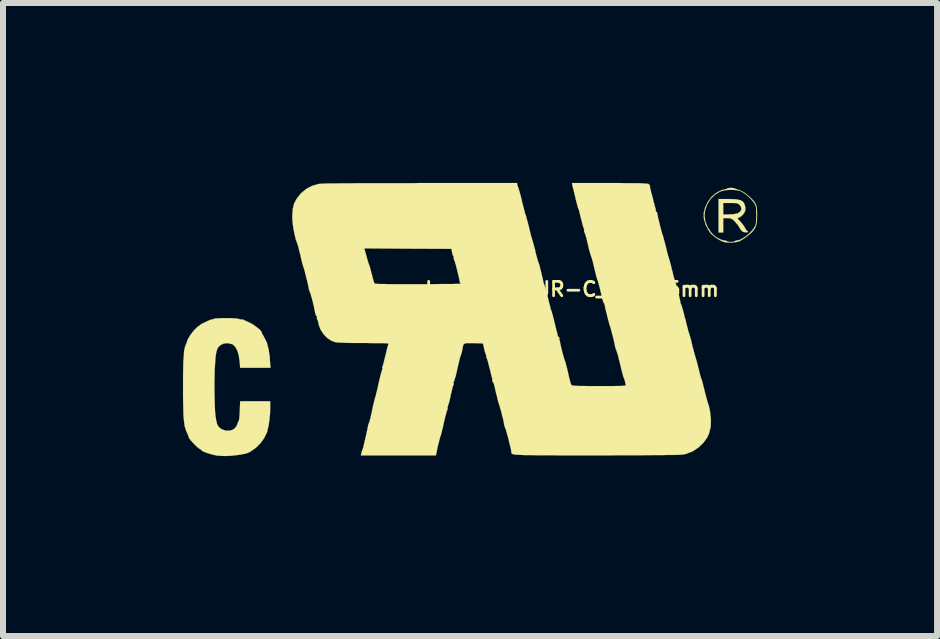
<source format=kicad_pcb>
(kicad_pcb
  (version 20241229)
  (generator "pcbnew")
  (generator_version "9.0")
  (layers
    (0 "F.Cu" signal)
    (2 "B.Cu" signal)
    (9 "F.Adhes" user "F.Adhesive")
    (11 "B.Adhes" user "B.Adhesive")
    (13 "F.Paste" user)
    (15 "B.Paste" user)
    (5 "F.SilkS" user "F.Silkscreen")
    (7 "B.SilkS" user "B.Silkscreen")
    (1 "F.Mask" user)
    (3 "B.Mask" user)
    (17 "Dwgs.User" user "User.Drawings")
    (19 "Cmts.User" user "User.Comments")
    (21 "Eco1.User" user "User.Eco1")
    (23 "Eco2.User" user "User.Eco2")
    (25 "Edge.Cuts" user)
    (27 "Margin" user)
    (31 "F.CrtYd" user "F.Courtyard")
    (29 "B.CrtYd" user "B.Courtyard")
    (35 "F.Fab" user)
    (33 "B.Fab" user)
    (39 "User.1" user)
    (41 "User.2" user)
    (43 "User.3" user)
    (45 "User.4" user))
  (footprint "Logo_silk_UR-C_10x4.5mm"
    (layer "F.Cu")
    (at 4.787 2.272)
    (property "Reference" "Logo_silk_UR-C_10x4.5mm" (at 1.7 -0.5 0) (layer "F.SilkS") (effects (font (size 0.239 0.239) (thickness 0.046))))
    (attr exclude_from_pos_files exclude_from_bom)
    (fp_poly (pts (xy 4.633 -1.46) (xy 4.623 -1.448) (xy 4.597 -1.448) (xy 4.564 -1.453) (xy 4.539 -1.463) (xy 4.531 -1.471) (xy 4.508 -1.499) (xy 4.488 -1.532) (xy 4.468 -1.565) (xy 4.435 -1.603) (xy 4.415 -1.628) (xy 4.381 -1.661) (xy 4.354 -1.676) (xy 4.323 -1.684) (xy 4.29 -1.684) (xy 4.221 -1.684) (xy 4.221 -1.565) (xy 4.221 -1.445) (xy 4.181 -1.445) (xy 4.143 -1.445) (xy 4.143 -1.725) (xy 4.143 -2.004) (xy 4.303 -2.004) (xy 4.392 -2.002) (xy 4.458 -1.996) (xy 4.508 -1.984) (xy 4.542 -1.966) (xy 4.567 -1.938) (xy 4.572 -1.925) (xy 4.592 -1.862) (xy 4.587 -1.803) (xy 4.554 -1.748) (xy 4.524 -1.72) (xy 4.524 -1.834) (xy 4.516 -1.875) (xy 4.496 -1.902) (xy 4.478 -1.92) (xy 4.458 -1.93) (xy 4.432 -1.935) (xy 4.392 -1.938) (xy 4.343 -1.938) (xy 4.221 -1.938) (xy 4.221 -1.841) (xy 4.221 -1.745) (xy 4.326 -1.748) (xy 4.381 -1.75) (xy 4.43 -1.758) (xy 4.46 -1.765) (xy 4.463 -1.765) (xy 4.506 -1.798) (xy 4.524 -1.834) (xy 4.524 -1.72) (xy 4.521 -1.717) (xy 4.491 -1.697) (xy 4.483 -1.694) (xy 4.465 -1.689) (xy 4.463 -1.679) (xy 4.473 -1.664) (xy 4.501 -1.633) (xy 4.506 -1.628) (xy 4.542 -1.587) (xy 4.572 -1.544) (xy 4.585 -1.521) (xy 4.602 -1.491) (xy 4.618 -1.473) (xy 4.62 -1.473) (xy 4.633 -1.463) (xy 4.633 -1.46)) (stroke (width 0.003) (type solid)) (fill yes) (layer "F.SilkS"))
    (fp_poly (pts (xy 4.785 -1.737) (xy 4.783 -1.648) (xy 4.773 -1.575) (xy 4.773 -1.722) (xy 4.773 -1.732) (xy 4.77 -1.798) (xy 4.77 -1.844) (xy 4.765 -1.877) (xy 4.755 -1.905) (xy 4.74 -1.933) (xy 4.737 -1.938) (xy 4.696 -1.989) (xy 4.643 -2.045) (xy 4.582 -2.093) (xy 4.524 -2.131) (xy 4.514 -2.134) (xy 4.46 -2.149) (xy 4.392 -2.156) (xy 4.315 -2.156) (xy 4.242 -2.149) (xy 4.178 -2.131) (xy 4.163 -2.126) (xy 4.079 -2.073) (xy 4.008 -2.002) (xy 3.952 -1.913) (xy 3.917 -1.808) (xy 3.909 -1.72) (xy 3.924 -1.626) (xy 3.962 -1.532) (xy 4.021 -1.445) (xy 4.041 -1.422) (xy 4.082 -1.384) (xy 4.135 -1.351) (xy 4.186 -1.326) (xy 4.232 -1.313) (xy 4.242 -1.313) (xy 4.27 -1.308) (xy 4.282 -1.3) (xy 4.298 -1.293) (xy 4.333 -1.288) (xy 4.348 -1.288) (xy 4.384 -1.29) (xy 4.409 -1.298) (xy 4.415 -1.3) (xy 4.432 -1.311) (xy 4.453 -1.313) (xy 4.496 -1.323) (xy 4.549 -1.351) (xy 4.608 -1.389) (xy 4.663 -1.438) (xy 4.709 -1.488) (xy 4.737 -1.527) (xy 4.752 -1.554) (xy 4.763 -1.582) (xy 4.768 -1.615) (xy 4.77 -1.659) (xy 4.773 -1.722) (xy 4.773 -1.575) (xy 4.75 -1.516) (xy 4.714 -1.466) (xy 4.663 -1.417) (xy 4.59 -1.361) (xy 4.572 -1.349) (xy 4.524 -1.318) (xy 4.486 -1.298) (xy 4.45 -1.288) (xy 4.407 -1.283) (xy 4.381 -1.28) (xy 4.328 -1.28) (xy 4.28 -1.28) (xy 4.249 -1.283) (xy 4.204 -1.298) (xy 4.145 -1.328) (xy 4.087 -1.367) (xy 4.039 -1.407) (xy 4.018 -1.425) (xy 3.97 -1.491) (xy 3.929 -1.57) (xy 3.904 -1.656) (xy 3.896 -1.687) (xy 3.896 -1.773) (xy 3.919 -1.862) (xy 3.96 -1.951) (xy 4.016 -2.029) (xy 4.039 -2.052) (xy 4.089 -2.095) (xy 4.148 -2.131) (xy 4.201 -2.154) (xy 4.244 -2.164) (xy 4.272 -2.169) (xy 4.282 -2.177) (xy 4.3 -2.184) (xy 4.333 -2.189) (xy 4.374 -2.189) (xy 4.407 -2.182) (xy 4.417 -2.177) (xy 4.445 -2.167) (xy 4.486 -2.154) (xy 4.493 -2.151) (xy 4.539 -2.131) (xy 4.592 -2.098) (xy 4.648 -2.052) (xy 4.699 -2.004) (xy 4.74 -1.958) (xy 4.755 -1.933) (xy 4.77 -1.902) (xy 4.778 -1.869) (xy 4.783 -1.826) (xy 4.785 -1.768) (xy 4.785 -1.737)) (stroke (width 0.003) (type solid)) (fill yes) (layer "F.SilkS"))
    (fp_poly (pts (xy -3.327 0.81) (xy -3.581 0.81) (xy -3.833 0.81) (xy -3.843 0.696) (xy -3.856 0.605) (xy -3.879 0.526) (xy -3.912 0.465) (xy -3.952 0.424) (xy -3.975 0.414) (xy -4.044 0.399) (xy -4.107 0.406) (xy -4.163 0.432) (xy -4.204 0.475) (xy -4.214 0.495) (xy -4.229 0.544) (xy -4.242 0.617) (xy -4.249 0.716) (xy -4.257 0.833) (xy -4.26 0.973) (xy -4.262 1.113) (xy -4.26 1.273) (xy -4.257 1.41) (xy -4.252 1.524) (xy -4.244 1.615) (xy -4.232 1.687) (xy -4.219 1.742) (xy -4.201 1.781) (xy -4.188 1.798) (xy -4.138 1.836) (xy -4.074 1.857) (xy -4.008 1.857) (xy -3.967 1.847) (xy -3.932 1.826) (xy -3.901 1.791) (xy -3.881 1.755) (xy -3.876 1.737) (xy -3.868 1.714) (xy -3.863 1.709) (xy -3.856 1.694) (xy -3.848 1.656) (xy -3.843 1.595) (xy -3.84 1.534) (xy -3.833 1.367) (xy -3.581 1.367) (xy -3.332 1.367) (xy -3.332 1.488) (xy -3.335 1.58) (xy -3.345 1.676) (xy -3.358 1.768) (xy -3.376 1.849) (xy -3.388 1.892) (xy -3.432 1.981) (xy -3.495 2.068) (xy -3.571 2.144) (xy -3.658 2.205) (xy -3.678 2.217) (xy -3.729 2.238) (xy -3.802 2.253) (xy -3.889 2.266) (xy -3.98 2.276) (xy -4.072 2.281) (xy -4.158 2.278) (xy -4.229 2.273) (xy -4.247 2.268) (xy -4.31 2.253) (xy -4.369 2.235) (xy -4.422 2.217) (xy -4.46 2.2) (xy -4.478 2.184) (xy -4.478 2.182) (xy -4.496 2.167) (xy -4.506 2.164) (xy -4.521 2.154) (xy -4.549 2.131) (xy -4.585 2.098) (xy -4.62 2.06) (xy -4.653 2.024) (xy -4.676 1.996) (xy -4.686 1.979) (xy -4.691 1.961) (xy -4.704 1.928) (xy -4.709 1.915) (xy -4.724 1.882) (xy -4.732 1.862) (xy -4.735 1.859) (xy -4.74 1.841) (xy -4.742 1.831) (xy -4.755 1.796) (xy -4.763 1.75) (xy -4.77 1.692) (xy -4.778 1.615) (xy -4.78 1.524) (xy -4.783 1.41) (xy -4.785 1.275) (xy -4.785 1.135) (xy -4.785 0.965) (xy -4.783 0.823) (xy -4.78 0.704) (xy -4.773 0.607) (xy -4.768 0.531) (xy -4.757 0.478) (xy -4.747 0.442) (xy -4.742 0.432) (xy -4.735 0.414) (xy -4.732 0.411) (xy -4.709 0.34) (xy -4.666 0.267) (xy -4.61 0.193) (xy -4.547 0.13) (xy -4.481 0.081) (xy -4.458 0.069) (xy -4.392 0.038) (xy -4.343 0.015) (xy -4.313 0.005) (xy -4.308 0.005) (xy -4.285 0) (xy -4.267 -0.008) (xy -4.242 -0.013) (xy -4.196 -0.015) (xy -4.138 -0.018) (xy -4.074 -0.018) (xy -4.006 -0.018) (xy -3.945 -0.015) (xy -3.894 -0.013) (xy -3.858 -0.005) (xy -3.848 -0.003) (xy -3.828 0.005) (xy -3.818 0.003) (xy -3.802 0.003) (xy -3.78 0.008) (xy -3.752 0.023) (xy -3.711 0.041) (xy -3.673 0.058) (xy -3.63 0.081) (xy -3.584 0.112) (xy -3.541 0.145) (xy -3.505 0.175) (xy -3.482 0.201) (xy -3.477 0.213) (xy -3.472 0.229) (xy -3.454 0.262) (xy -3.437 0.292) (xy -3.388 0.389) (xy -3.358 0.505) (xy -3.338 0.643) (xy -3.338 0.673) (xy -3.327 0.81)) (stroke (width 0.003) (type solid)) (fill yes) (layer "F.SilkS"))
    (fp_poly (pts (xy 4.016 1.681) (xy 4.011 1.801) (xy 3.983 1.908) (xy 3.955 1.971) (xy 3.889 2.062) (xy 3.805 2.141) (xy 3.708 2.205) (xy 3.602 2.245) (xy 3.551 2.256) (xy 3.526 2.258) (xy 3.472 2.261) (xy 3.399 2.263) (xy 3.299 2.263) (xy 3.18 2.266) (xy 3.04 2.266) (xy 2.88 2.268) (xy 2.705 2.268) (xy 2.512 2.268) (xy 2.304 2.271) (xy 2.101 2.271) (xy 1.875 2.271) (xy 1.676 2.271) (xy 1.501 2.271) (xy 1.349 2.268) (xy 1.214 2.268) (xy 1.102 2.268) (xy 1.006 2.266) (xy 0.925 2.266) (xy 0.861 2.263) (xy 0.81 2.261) (xy 0.77 2.258) (xy 0.739 2.256) (xy 0.716 2.25) (xy 0.704 2.245) (xy 0.696 2.24) (xy 0.691 2.235) (xy 0.688 2.228) (xy 0.688 2.217) (xy 0.686 2.195) (xy 0.678 2.151) (xy 0.663 2.095) (xy 0.648 2.032) (xy 0.632 1.966) (xy 0.615 1.908) (xy 0.602 1.859) (xy 0.592 1.826) (xy 0.589 1.824) (xy 0.577 1.791) (xy 0.569 1.768) (xy 0.569 1.765) (xy 0.566 1.745) (xy 0.559 1.704) (xy 0.546 1.648) (xy 0.531 1.59) (xy 0.518 1.534) (xy 0.503 1.486) (xy 0.493 1.45) (xy 0.49 1.44) (xy 0.48 1.412) (xy 0.465 1.361) (xy 0.45 1.295) (xy 0.429 1.214) (xy 0.409 1.125) (xy 0.399 1.085) (xy 0.389 1.057) (xy 0.381 1.049) (xy 0.371 1.036) (xy 0.371 1.024) (xy 0.371 0.993) (xy 0.366 0.98) (xy 0.361 0.96) (xy 0.351 0.922) (xy 0.338 0.866) (xy 0.323 0.81) (xy 0.307 0.747) (xy 0.295 0.696) (xy 0.282 0.658) (xy 0.274 0.64) (xy 0.267 0.62) (xy 0.269 0.612) (xy 0.269 0.597) (xy 0.267 0.594) (xy 0.259 0.579) (xy 0.249 0.546) (xy 0.236 0.5) (xy 0.236 0.498) (xy 0.216 0.404) (xy 0.056 0.399) (xy -0.01 0.399) (xy -0.056 0.399) (xy -0.086 0.404) (xy -0.104 0.417) (xy -0.117 0.442) (xy -0.124 0.483) (xy -0.132 0.523) (xy -0.142 0.566) (xy -0.152 0.597) (xy -0.155 0.602) (xy -0.155 -0.592) (xy -0.17 -0.61) (xy -0.17 -0.617) (xy -0.175 -0.643) (xy -0.183 -0.683) (xy -0.196 -0.739) (xy -0.211 -0.8) (xy -0.226 -0.861) (xy -0.241 -0.917) (xy -0.254 -0.96) (xy -0.264 -0.986) (xy -0.267 -0.991) (xy -0.274 -1.016) (xy -0.272 -1.029) (xy -0.272 -1.044) (xy -0.277 -1.046) (xy -0.284 -1.059) (xy -0.295 -1.09) (xy -0.3 -1.11) (xy -0.31 -1.173) (xy -1.036 -1.176) (xy -1.763 -1.181) (xy -1.727 -1.052) (xy -1.712 -0.996) (xy -1.699 -0.953) (xy -1.689 -0.922) (xy -1.687 -0.914) (xy -1.679 -0.899) (xy -1.669 -0.866) (xy -1.661 -0.836) (xy -1.646 -0.777) (xy -1.628 -0.714) (xy -1.623 -0.688) (xy -1.61 -0.645) (xy -1.6 -0.612) (xy -1.598 -0.599) (xy -1.59 -0.597) (xy -1.575 -0.592) (xy -1.542 -0.589) (xy -1.496 -0.587) (xy -1.433 -0.587) (xy -1.351 -0.584) (xy -1.25 -0.584) (xy -1.128 -0.584) (xy -0.98 -0.584) (xy -0.866 -0.584) (xy -0.729 -0.584) (xy -0.602 -0.584) (xy -0.488 -0.587) (xy -0.386 -0.587) (xy -0.3 -0.587) (xy -0.231 -0.589) (xy -0.183 -0.589) (xy -0.157 -0.592) (xy -0.155 -0.592) (xy -0.155 0.602) (xy -0.157 0.61) (xy -0.163 0.625) (xy -0.173 0.66) (xy -0.185 0.714) (xy -0.201 0.777) (xy -0.211 0.823) (xy -0.226 0.892) (xy -0.241 0.955) (xy -0.257 1.001) (xy -0.264 1.031) (xy -0.269 1.036) (xy -0.277 1.054) (xy -0.274 1.064) (xy -0.272 1.09) (xy -0.277 1.095) (xy -0.284 1.113) (xy -0.295 1.151) (xy -0.307 1.204) (xy -0.323 1.265) (xy -0.323 1.273) (xy -0.338 1.339) (xy -0.351 1.392) (xy -0.363 1.43) (xy -0.371 1.45) (xy -0.376 1.473) (xy -0.373 1.481) (xy -0.376 1.506) (xy -0.381 1.516) (xy -0.389 1.534) (xy -0.399 1.575) (xy -0.414 1.628) (xy -0.429 1.694) (xy -0.437 1.725) (xy -0.452 1.796) (xy -0.467 1.857) (xy -0.48 1.908) (xy -0.488 1.938) (xy -0.49 1.946) (xy -0.5 1.968) (xy -0.511 2.012) (xy -0.523 2.065) (xy -0.531 2.09) (xy -0.544 2.146) (xy -0.554 2.197) (xy -0.561 2.233) (xy -0.564 2.24) (xy -0.569 2.271) (xy -1.196 2.271) (xy -1.821 2.271) (xy -1.811 2.228) (xy -1.801 2.192) (xy -1.791 2.172) (xy -1.791 2.169) (xy -1.786 2.154) (xy -1.775 2.113) (xy -1.763 2.06) (xy -1.748 1.994) (xy -1.73 1.92) (xy -1.714 1.844) (xy -1.704 1.791) (xy -1.697 1.758) (xy -1.687 1.732) (xy -1.679 1.714) (xy -1.669 1.676) (xy -1.656 1.623) (xy -1.641 1.557) (xy -1.633 1.519) (xy -1.618 1.448) (xy -1.603 1.384) (xy -1.59 1.333) (xy -1.582 1.3) (xy -1.577 1.293) (xy -1.572 1.273) (xy -1.562 1.229) (xy -1.547 1.171) (xy -1.532 1.102) (xy -1.527 1.074) (xy -1.509 1.003) (xy -1.494 0.94) (xy -1.481 0.892) (xy -1.473 0.859) (xy -1.468 0.851) (xy -1.46 0.826) (xy -1.463 0.813) (xy -1.466 0.798) (xy -1.46 0.79) (xy -1.453 0.772) (xy -1.443 0.734) (xy -1.43 0.681) (xy -1.415 0.617) (xy -1.412 0.61) (xy -1.397 0.546) (xy -1.384 0.49) (xy -1.372 0.45) (xy -1.367 0.429) (xy -1.364 0.429) (xy -1.359 0.411) (xy -1.361 0.406) (xy -1.377 0.404) (xy -1.415 0.401) (xy -1.473 0.399) (xy -1.549 0.399) (xy -1.636 0.399) (xy -1.735 0.396) (xy -1.773 0.396) (xy -1.877 0.396) (xy -1.976 0.396) (xy -2.065 0.394) (xy -2.141 0.391) (xy -2.2 0.389) (xy -2.238 0.384) (xy -2.243 0.384) (xy -2.314 0.358) (xy -2.383 0.312) (xy -2.443 0.249) (xy -2.492 0.175) (xy -2.522 0.097) (xy -2.527 0.069) (xy -2.535 0.033) (xy -2.545 0.01) (xy -2.548 0.005) (xy -2.555 -0.008) (xy -2.553 -0.025) (xy -2.553 -0.046) (xy -2.558 -0.051) (xy -2.57 -0.064) (xy -2.578 -0.091) (xy -2.581 -0.094) (xy -2.591 -0.147) (xy -2.603 -0.208) (xy -2.619 -0.274) (xy -2.634 -0.335) (xy -2.649 -0.386) (xy -2.659 -0.424) (xy -2.667 -0.442) (xy -2.677 -0.465) (xy -2.687 -0.5) (xy -2.687 -0.503) (xy -2.7 -0.566) (xy -2.715 -0.635) (xy -2.733 -0.701) (xy -2.748 -0.765) (xy -2.761 -0.815) (xy -2.771 -0.848) (xy -2.774 -0.856) (xy -2.781 -0.879) (xy -2.794 -0.919) (xy -2.809 -0.978) (xy -2.824 -1.044) (xy -2.827 -1.062) (xy -2.845 -1.13) (xy -2.86 -1.194) (xy -2.875 -1.245) (xy -2.885 -1.278) (xy -2.888 -1.28) (xy -2.908 -1.339) (xy -2.926 -1.415) (xy -2.944 -1.504) (xy -2.957 -1.593) (xy -2.964 -1.676) (xy -2.964 -1.725) (xy -2.957 -1.834) (xy -2.934 -1.928) (xy -2.891 -2.009) (xy -2.827 -2.09) (xy -2.817 -2.101) (xy -2.728 -2.174) (xy -2.631 -2.225) (xy -2.52 -2.256) (xy -2.517 -2.256) (xy -2.492 -2.258) (xy -2.438 -2.261) (xy -2.362 -2.263) (xy -2.261 -2.263) (xy -2.136 -2.266) (xy -1.991 -2.266) (xy -1.824 -2.268) (xy -1.633 -2.268) (xy -1.427 -2.268) (xy -1.199 -2.268) (xy -0.955 -2.268) (xy -0.826 -2.271) (xy 0.782 -2.271) (xy 0.79 -2.233) (xy 0.8 -2.202) (xy 0.808 -2.184) (xy 0.815 -2.159) (xy 0.815 -2.156) (xy 0.823 -2.134) (xy 0.826 -2.123) (xy 0.831 -2.103) (xy 0.843 -2.062) (xy 0.856 -2.009) (xy 0.871 -1.943) (xy 0.874 -1.93) (xy 0.892 -1.864) (xy 0.907 -1.806) (xy 0.919 -1.76) (xy 0.927 -1.735) (xy 0.93 -1.732) (xy 0.937 -1.709) (xy 0.947 -1.666) (xy 0.963 -1.61) (xy 0.98 -1.544) (xy 0.983 -1.532) (xy 0.998 -1.466) (xy 1.013 -1.407) (xy 1.026 -1.361) (xy 1.034 -1.336) (xy 1.034 -1.333) (xy 1.041 -1.311) (xy 1.054 -1.267) (xy 1.069 -1.212) (xy 1.087 -1.146) (xy 1.087 -1.14) (xy 1.102 -1.074) (xy 1.118 -1.019) (xy 1.13 -0.973) (xy 1.14 -0.95) (xy 1.14 -0.947) (xy 1.148 -0.925) (xy 1.161 -0.884) (xy 1.173 -0.831) (xy 1.189 -0.772) (xy 1.201 -0.714) (xy 1.214 -0.665) (xy 1.219 -0.632) (xy 1.222 -0.622) (xy 1.227 -0.602) (xy 1.24 -0.569) (xy 1.24 -0.566) (xy 1.25 -0.536) (xy 1.265 -0.488) (xy 1.28 -0.427) (xy 1.298 -0.358) (xy 1.3 -0.351) (xy 1.316 -0.284) (xy 1.331 -0.229) (xy 1.341 -0.183) (xy 1.349 -0.16) (xy 1.349 -0.157) (xy 1.359 -0.132) (xy 1.361 -0.124) (xy 1.367 -0.102) (xy 1.372 -0.091) (xy 1.377 -0.071) (xy 1.387 -0.03) (xy 1.4 0.02) (xy 1.412 0.071) (xy 1.427 0.132) (xy 1.44 0.185) (xy 1.45 0.221) (xy 1.455 0.239) (xy 1.46 0.267) (xy 1.46 0.274) (xy 1.468 0.29) (xy 1.473 0.292) (xy 1.486 0.302) (xy 1.486 0.31) (xy 1.488 0.333) (xy 1.499 0.376) (xy 1.509 0.429) (xy 1.524 0.49) (xy 1.539 0.551) (xy 1.554 0.607) (xy 1.567 0.65) (xy 1.575 0.678) (xy 1.577 0.683) (xy 1.585 0.699) (xy 1.595 0.737) (xy 1.61 0.792) (xy 1.626 0.859) (xy 1.633 0.889) (xy 1.648 0.958) (xy 1.664 1.019) (xy 1.676 1.064) (xy 1.687 1.092) (xy 1.689 1.097) (xy 1.699 1.102) (xy 1.722 1.107) (xy 1.76 1.11) (xy 1.816 1.113) (xy 1.892 1.113) (xy 1.991 1.115) (xy 2.111 1.115) (xy 2.151 1.115) (xy 2.273 1.115) (xy 2.372 1.115) (xy 2.449 1.113) (xy 2.504 1.113) (xy 2.545 1.11) (xy 2.573 1.107) (xy 2.588 1.105) (xy 2.596 1.1) (xy 2.596 1.095) (xy 2.596 1.092) (xy 2.588 1.062) (xy 2.581 1.029) (xy 2.57 0.996) (xy 2.563 0.975) (xy 2.555 0.958) (xy 2.545 0.919) (xy 2.53 0.866) (xy 2.515 0.803) (xy 2.51 0.782) (xy 2.494 0.716) (xy 2.479 0.658) (xy 2.469 0.612) (xy 2.461 0.587) (xy 2.459 0.584) (xy 2.451 0.556) (xy 2.449 0.551) (xy 2.443 0.528) (xy 2.431 0.5) (xy 2.421 0.47) (xy 2.416 0.45) (xy 2.413 0.427) (xy 2.403 0.386) (xy 2.393 0.335) (xy 2.377 0.277) (xy 2.362 0.218) (xy 2.349 0.17) (xy 2.339 0.137) (xy 2.337 0.124) (xy 2.327 0.102) (xy 2.316 0.058) (xy 2.301 0.005) (xy 2.286 -0.056) (xy 2.271 -0.117) (xy 2.256 -0.173) (xy 2.248 -0.218) (xy 2.243 -0.241) (xy 2.243 -0.244) (xy 2.238 -0.262) (xy 2.233 -0.264) (xy 2.225 -0.277) (xy 2.215 -0.307) (xy 2.205 -0.34) (xy 2.179 -0.45) (xy 2.159 -0.536) (xy 2.141 -0.602) (xy 2.129 -0.643) (xy 2.123 -0.655) (xy 2.116 -0.678) (xy 2.103 -0.721) (xy 2.09 -0.777) (xy 2.073 -0.843) (xy 2.07 -0.856) (xy 2.055 -0.922) (xy 2.04 -0.98) (xy 2.027 -1.026) (xy 2.017 -1.052) (xy 2.017 -1.054) (xy 2.009 -1.077) (xy 1.996 -1.12) (xy 1.981 -1.176) (xy 1.966 -1.242) (xy 1.963 -1.252) (xy 1.948 -1.318) (xy 1.933 -1.374) (xy 1.92 -1.417) (xy 1.91 -1.44) (xy 1.908 -1.443) (xy 1.9 -1.468) (xy 1.902 -1.478) (xy 1.902 -1.501) (xy 1.897 -1.509) (xy 1.892 -1.524) (xy 1.88 -1.562) (xy 1.867 -1.613) (xy 1.852 -1.671) (xy 1.836 -1.732) (xy 1.824 -1.786) (xy 1.814 -1.821) (xy 1.806 -1.839) (xy 1.798 -1.862) (xy 1.798 -1.864) (xy 1.791 -1.887) (xy 1.788 -1.897) (xy 1.783 -1.918) (xy 1.773 -1.956) (xy 1.76 -2.009) (xy 1.745 -2.073) (xy 1.73 -2.136) (xy 1.714 -2.197) (xy 1.704 -2.24) (xy 1.699 -2.271) (xy 2.329 -2.271) (xy 2.479 -2.271) (xy 2.603 -2.268) (xy 2.705 -2.268) (xy 2.786 -2.268) (xy 2.852 -2.266) (xy 2.901 -2.263) (xy 2.936 -2.261) (xy 2.959 -2.258) (xy 2.974 -2.256) (xy 2.982 -2.25) (xy 2.997 -2.228) (xy 3 -2.212) (xy 3.002 -2.187) (xy 3.005 -2.177) (xy 3.01 -2.156) (xy 3.02 -2.116) (xy 3.035 -2.062) (xy 3.048 -2.012) (xy 3.063 -1.951) (xy 3.076 -1.9) (xy 3.086 -1.864) (xy 3.091 -1.852) (xy 3.096 -1.826) (xy 3.096 -1.814) (xy 3.099 -1.796) (xy 3.106 -1.791) (xy 3.119 -1.781) (xy 3.119 -1.77) (xy 3.124 -1.75) (xy 3.132 -1.707) (xy 3.145 -1.651) (xy 3.16 -1.59) (xy 3.175 -1.529) (xy 3.19 -1.473) (xy 3.203 -1.427) (xy 3.211 -1.402) (xy 3.213 -1.4) (xy 3.221 -1.377) (xy 3.231 -1.333) (xy 3.246 -1.278) (xy 3.264 -1.212) (xy 3.266 -1.201) (xy 3.282 -1.135) (xy 3.297 -1.077) (xy 3.31 -1.034) (xy 3.317 -1.008) (xy 3.325 -0.988) (xy 3.335 -0.947) (xy 3.35 -0.892) (xy 3.365 -0.826) (xy 3.373 -0.803) (xy 3.388 -0.734) (xy 3.404 -0.678) (xy 3.416 -0.635) (xy 3.421 -0.612) (xy 3.424 -0.61) (xy 3.429 -0.594) (xy 3.442 -0.561) (xy 3.454 -0.513) (xy 3.467 -0.46) (xy 3.482 -0.401) (xy 3.493 -0.351) (xy 3.503 -0.312) (xy 3.505 -0.29) (xy 3.51 -0.269) (xy 3.523 -0.236) (xy 3.523 -0.234) (xy 3.533 -0.206) (xy 3.548 -0.157) (xy 3.564 -0.097) (xy 3.581 -0.025) (xy 3.592 0.005) (xy 3.607 0.076) (xy 3.625 0.14) (xy 3.637 0.191) (xy 3.647 0.224) (xy 3.65 0.231) (xy 3.658 0.254) (xy 3.67 0.297) (xy 3.686 0.353) (xy 3.701 0.419) (xy 3.703 0.432) (xy 3.721 0.498) (xy 3.736 0.556) (xy 3.749 0.602) (xy 3.757 0.627) (xy 3.757 0.63) (xy 3.764 0.653) (xy 3.777 0.696) (xy 3.792 0.752) (xy 3.807 0.815) (xy 3.81 0.823) (xy 3.825 0.886) (xy 3.84 0.945) (xy 3.853 0.988) (xy 3.863 1.013) (xy 3.871 1.036) (xy 3.881 1.079) (xy 3.896 1.138) (xy 3.914 1.204) (xy 3.917 1.222) (xy 3.934 1.288) (xy 3.95 1.344) (xy 3.962 1.387) (xy 3.97 1.412) (xy 3.97 1.415) (xy 3.978 1.433) (xy 3.988 1.471) (xy 3.998 1.521) (xy 4.003 1.554) (xy 4.016 1.681)) (stroke (width 0.003) (type solid)) (fill yes) (layer "F.SilkS")))
  (gr_rect
    (start -3 -3)
    (end 12.573 7.554)
    (stroke (width 0.1) (type default))
    (fill no)
    (layer "Edge.Cuts")))
</source>
